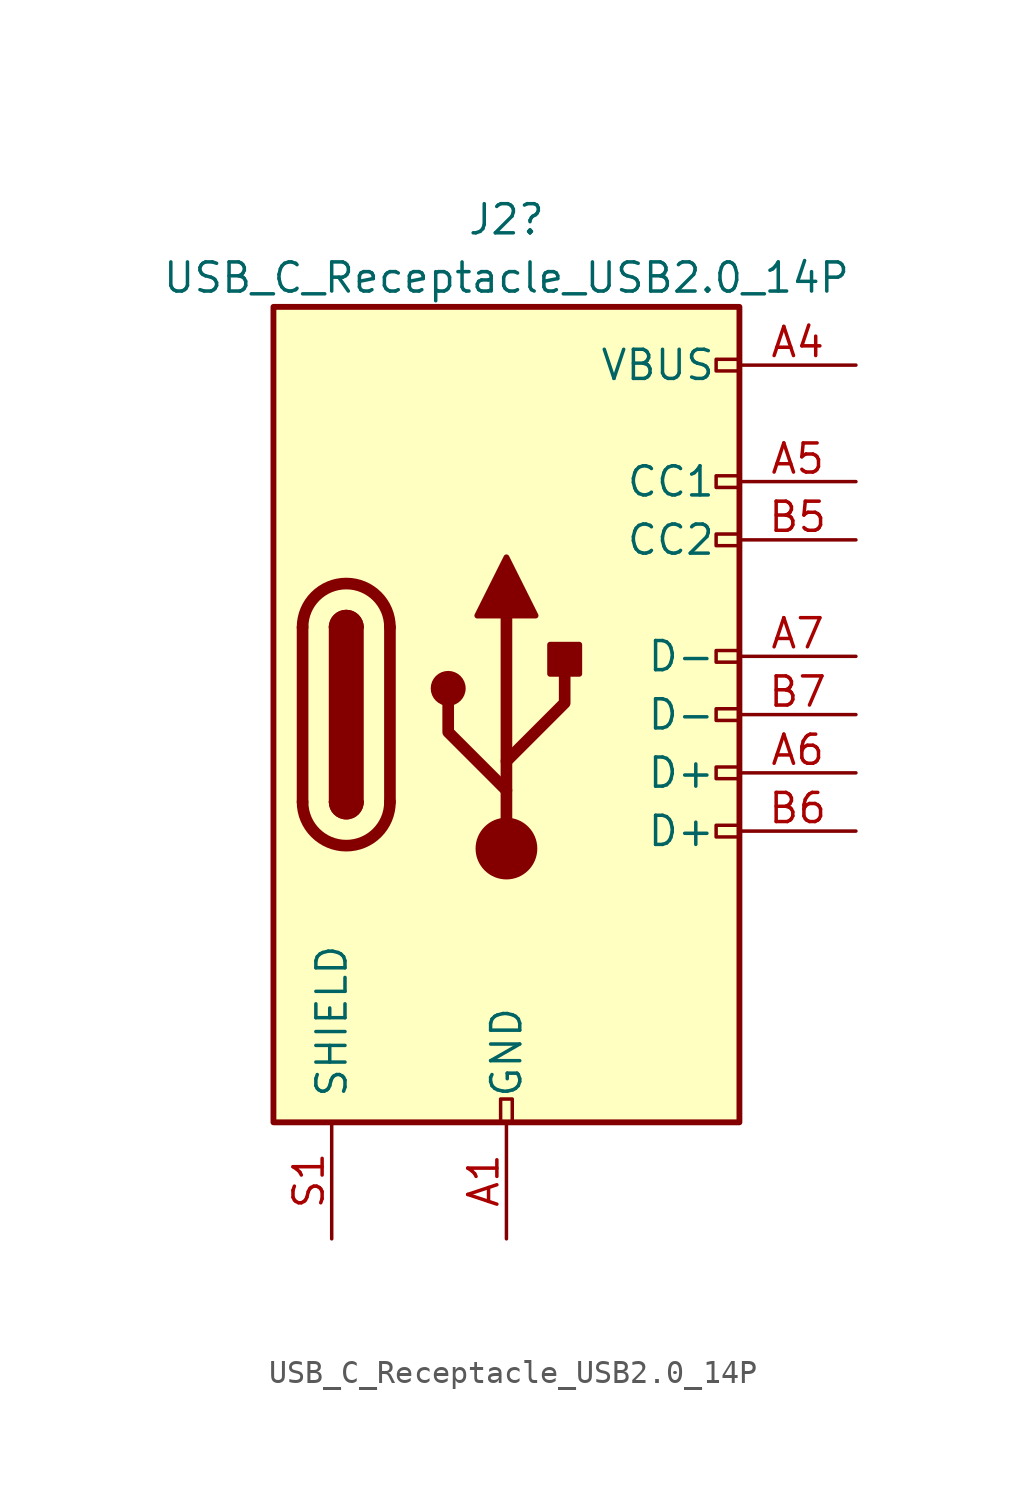
<source format=kicad_sym>
(kicad_symbol_lib
  (version 20231120)
  (generator "kicad_symbol_editor")
  (generator_version "8.0")
  (symbol "USB_C_Receptacle_USB2.0_14P"
    (pin_names
      (offset 1.016))
    (property "Reference" "J2"
      (at 0 21.59 0)
      (effects (font (size 1.27 1.27))))
    (property "Value" "USB_C_Receptacle_USB2.0_14P"
      (at 0 19.05 0)
      (effects (font (size 1.27 1.27))))
    (symbol "USB_C_Receptacle_USB2.0_14P_0_0"
      (rectangle (start -0.254 -17.78) (end 0.254 -16.764) (stroke (width 0) (type default)) (fill (type none)))
      (rectangle (start 10.16 -4.826) (end 9.144 -5.334) (stroke (width 0) (type default)) (fill (type none)))
      (rectangle (start 10.16 -2.286) (end 9.144 -2.794) (stroke (width 0) (type default)) (fill (type none)))
      (rectangle (start 10.16 0.254) (end 9.144 -0.254) (stroke (width 0) (type default)) (fill (type none)))
      (rectangle (start 10.16 2.794) (end 9.144 2.286) (stroke (width 0) (type default)) (fill (type none)))
      (rectangle (start 10.16 7.874) (end 9.144 7.366) (stroke (width 0) (type default)) (fill (type none)))
      (rectangle (start 10.16 10.414) (end 9.144 9.906) (stroke (width 0) (type default)) (fill (type none)))
      (rectangle (start 10.16 15.494) (end 9.144 14.986) (stroke (width 0) (type default)) (fill (type none))))
    (symbol "USB_C_Receptacle_USB2.0_14P_0_1"
      (rectangle (start -10.16 17.78) (end 10.16 -17.78) (stroke (width 0.254) (type default)) (fill (type background)))
      (arc (start -8.89 -3.81) (mid -6.985 -5.7067) (end -5.08 -3.81) (stroke (width 0.508) (type default)) (fill (type none)))
      (arc (start -7.62 -3.81) (mid -6.985 -4.4423) (end -6.35 -3.81) (stroke (width 0.254) (type default)) (fill (type none)))
      (arc (start -7.62 -3.81) (mid -6.985 -4.4423) (end -6.35 -3.81) (stroke (width 0.254) (type default)) (fill (type outline)))
      (rectangle (start -7.62 -3.81) (end -6.35 3.81) (stroke (width 0.254) (type default)) (fill (type outline)))
      (arc (start -6.35 3.81) (mid -6.985 4.4423) (end -7.62 3.81) (stroke (width 0.254) (type default)) (fill (type none)))
      (arc (start -6.35 3.81) (mid -6.985 4.4423) (end -7.62 3.81) (stroke (width 0.254) (type default)) (fill (type outline)))
      (arc (start -5.08 3.81) (mid -6.985 5.7067) (end -8.89 3.81) (stroke (width 0.508) (type default)) (fill (type none)))
      (circle (center -2.54 1.143) (radius 0.635) (stroke (width 0.254) (type default)) (fill (type outline)))
      (circle (center 0 -5.842) (radius 1.27) (stroke (width 0) (type default)) (fill (type outline)))
      (polyline (pts (xy -8.89 -3.81) (xy -8.89 3.81)) (stroke (width 0.508) (type default)) (fill (type none)))
      (polyline (pts (xy -5.08 3.81) (xy -5.08 -3.81)) (stroke (width 0.508) (type default)) (fill (type none)))
      (polyline (pts (xy 0 -5.842) (xy 0 4.318)) (stroke (width 0.508) (type default)) (fill (type none)))
      (polyline (pts (xy 0 -3.302) (xy -2.54 -0.762) (xy -2.54 0.508)) (stroke (width 0.508) (type default)) (fill (type none)))
      (polyline (pts (xy 0 -2.032) (xy 2.54 0.508) (xy 2.54 1.778)) (stroke (width 0.508) (type default)) (fill (type none)))
      (polyline (pts (xy -1.27 4.318) (xy 0 6.858) (xy 1.27 4.318) (xy -1.27 4.318)) (stroke (width 0.254) (type default)) (fill (type outline)))
      (rectangle (start 1.905 1.778) (end 3.175 3.048) (stroke (width 0.254) (type default)) (fill (type outline))))
    (symbol "USB_C_Receptacle_USB2.0_14P_1_1"
      (pin passive line (at 0 -22.86 90) (length 5.08) (name "GND" (effects (font (size 1.27 1.27)))) (number "A1" (effects (font (size 1.27 1.27)))))
      (pin passive line (at 0 -22.86 90) (length 5.08) hide (name "GND" (effects (font (size 1.27 1.27)))) (number "A12" (effects (font (size 1.27 1.27)))))
      (pin passive line (at 15.24 15.24 180) (length 5.08) (name "VBUS" (effects (font (size 1.27 1.27)))) (number "A4" (effects (font (size 1.27 1.27)))))
      (pin bidirectional line (at 15.24 10.16 180) (length 5.08) (name "CC1" (effects (font (size 1.27 1.27)))) (number "A5" (effects (font (size 1.27 1.27)))))
      (pin bidirectional line (at 15.24 -2.54 180) (length 5.08) (name "D+" (effects (font (size 1.27 1.27)))) (number "A6" (effects (font (size 1.27 1.27)))))
      (pin bidirectional line (at 15.24 2.54 180) (length 5.08) (name "D-" (effects (font (size 1.27 1.27)))) (number "A7" (effects (font (size 1.27 1.27)))))
      (pin passive line (at 15.24 15.24 180) (length 5.08) hide (name "VBUS" (effects (font (size 1.27 1.27)))) (number "A9" (effects (font (size 1.27 1.27)))))
      (pin passive line (at 0 -22.86 90) (length 5.08) hide (name "GND" (effects (font (size 1.27 1.27)))) (number "B1" (effects (font (size 1.27 1.27)))))
      (pin passive line (at 0 -22.86 90) (length 5.08) hide (name "GND" (effects (font (size 1.27 1.27)))) (number "B12" (effects (font (size 1.27 1.27)))))
      (pin passive line (at 15.24 15.24 180) (length 5.08) hide (name "VBUS" (effects (font (size 1.27 1.27)))) (number "B4" (effects (font (size 1.27 1.27)))))
      (pin bidirectional line (at 15.24 7.62 180) (length 5.08) (name "CC2" (effects (font (size 1.27 1.27)))) (number "B5" (effects (font (size 1.27 1.27)))))
      (pin bidirectional line (at 15.24 -5.08 180) (length 5.08) (name "D+" (effects (font (size 1.27 1.27)))) (number "B6" (effects (font (size 1.27 1.27)))))
      (pin bidirectional line (at 15.24 0 180) (length 5.08) (name "D-" (effects (font (size 1.27 1.27)))) (number "B7" (effects (font (size 1.27 1.27)))))
      (pin passive line (at 15.24 15.24 180) (length 5.08) hide (name "VBUS" (effects (font (size 1.27 1.27)))) (number "B9" (effects (font (size 1.27 1.27)))))
      (pin passive line (at -7.62 -22.86 90) (length 5.08) (name "SHIELD" (effects (font (size 1.27 1.27)))) (number "S1" (effects (font (size 1.27 1.27))))))))
</source>
